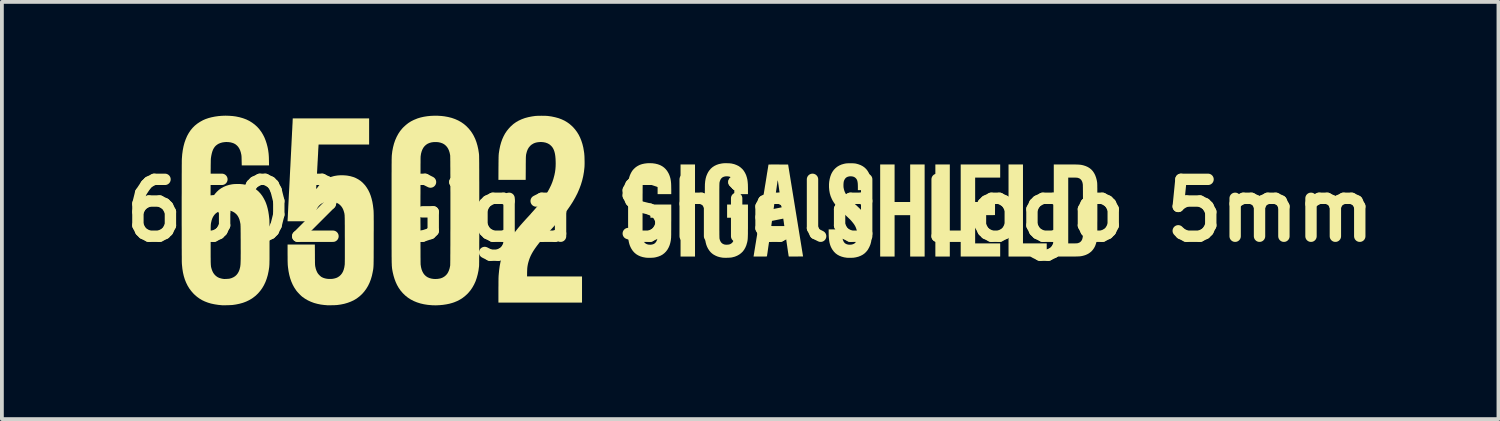
<source format=kicad_pcb>
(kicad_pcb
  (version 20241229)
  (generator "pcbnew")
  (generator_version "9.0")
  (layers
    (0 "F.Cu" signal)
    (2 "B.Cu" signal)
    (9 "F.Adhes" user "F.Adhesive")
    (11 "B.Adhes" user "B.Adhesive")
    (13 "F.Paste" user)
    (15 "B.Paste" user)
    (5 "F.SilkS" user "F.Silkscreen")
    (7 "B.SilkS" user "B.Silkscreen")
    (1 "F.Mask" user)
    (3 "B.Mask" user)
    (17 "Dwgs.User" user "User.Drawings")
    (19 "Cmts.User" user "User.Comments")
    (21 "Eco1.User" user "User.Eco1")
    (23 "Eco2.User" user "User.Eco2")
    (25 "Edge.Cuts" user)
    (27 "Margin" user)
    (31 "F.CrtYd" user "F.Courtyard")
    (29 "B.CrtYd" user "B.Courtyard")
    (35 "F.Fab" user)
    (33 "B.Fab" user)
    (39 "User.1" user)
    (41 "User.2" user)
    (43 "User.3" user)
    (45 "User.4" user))
  (footprint "6502 Giga Shield Logo 5mm"
    (layer "F.Cu")
    (at 16.729 2.5)
    (property "Reference" "6502 Giga Shield Logo 5mm" (at 0 0 0) (layer "F.SilkS") (effects (font (size 1.5 1.5) (thickness 0.3))))
    (attr board_only exclude_from_pos_files exclude_from_bom)
    (fp_poly (pts (xy -1.455 0) (xy -1.455 1.214) (xy -1.646 1.214) (xy -1.836 1.214) (xy -1.836 0) (xy -1.836 -1.214) (xy -1.646 -1.214) (xy -1.455 -1.214)) (stroke (width 0) (type solid)) (fill yes) (layer "F.SilkS"))
    (fp_poly (pts (xy 5.263 0) (xy 5.263 1.214) (xy 5.072 1.214) (xy 4.882 1.214) (xy 4.882 0) (xy 4.882 -1.214) (xy 5.072 -1.214) (xy 5.263 -1.214)) (stroke (width 0) (type solid)) (fill yes) (layer "F.SilkS"))
    (fp_poly (pts (xy 7.192 -0.173) (xy 7.192 0.867) (xy 7.505 0.867) (xy 7.818 0.867) (xy 7.818 1.041) (xy 7.818 1.214) (xy 7.315 1.214) (xy 6.811 1.214) (xy 6.811 0) (xy 6.811 -1.214) (xy 7.001 -1.214) (xy 7.192 -1.214)) (stroke (width 0) (type solid)) (fill yes) (layer "F.SilkS"))
    (fp_poly (pts (xy 3.807 -0.719) (xy 3.807 -0.224) (xy 4.013 -0.224) (xy 4.218 -0.224) (xy 4.218 -0.719) (xy 4.218 -1.214) (xy 4.408 -1.214) (xy 4.599 -1.214) (xy 4.599 0) (xy 4.599 1.214) (xy 4.408 1.214) (xy 4.218 1.214) (xy 4.218 0.668) (xy 4.218 0.123) (xy 4.013 0.123) (xy 3.807 0.123) (xy 3.807 0.668) (xy 3.807 1.214) (xy 3.617 1.214) (xy 3.427 1.214) (xy 3.427 0) (xy 3.427 -1.214) (xy 3.617 -1.214) (xy 3.807 -1.214)) (stroke (width 0) (type solid)) (fill yes) (layer "F.SilkS"))
    (fp_poly (pts (xy 6.591 -1.041) (xy 6.591 -0.867) (xy 6.261 -0.867) (xy 5.931 -0.867) (xy 5.931 -0.546) (xy 5.931 -0.224) (xy 6.194 -0.224) (xy 6.456 -0.224) (xy 6.455 -0.052) (xy 6.454 0.121) (xy 6.192 0.122) (xy 5.931 0.123) (xy 5.931 0.495) (xy 5.931 0.867) (xy 6.261 0.867) (xy 6.591 0.867) (xy 6.591 1.041) (xy 6.591 1.214) (xy 6.071 1.214) (xy 5.55 1.214) (xy 5.55 0) (xy 5.55 -1.214) (xy 6.071 -1.214) (xy 6.591 -1.214)) (stroke (width 0) (type solid)) (fill yes) (layer "F.SilkS"))
    (fp_poly (pts (xy 8.388 -1.214) (xy 8.446 -1.214) (xy 8.497 -1.214) (xy 8.541 -1.213) (xy 8.579 -1.213) (xy 8.612 -1.212) (xy 8.641 -1.211) (xy 8.665 -1.21) (xy 8.687 -1.208) (xy 8.706 -1.206) (xy 8.723 -1.204) (xy 8.739 -1.201) (xy 8.755 -1.198) (xy 8.77 -1.194) (xy 8.784 -1.191) (xy 8.846 -1.171) (xy 8.902 -1.146) (xy 8.952 -1.115) (xy 8.996 -1.078) (xy 9.035 -1.035) (xy 9.068 -0.985) (xy 9.096 -0.93) (xy 9.119 -0.868) (xy 9.137 -0.799) (xy 9.145 -0.753) (xy 9.146 -0.746) (xy 9.147 -0.739) (xy 9.148 -0.731) (xy 9.149 -0.722) (xy 9.149 -0.711) (xy 9.15 -0.698) (xy 9.15 -0.683) (xy 9.151 -0.664) (xy 9.151 -0.643) (xy 9.151 -0.617) (xy 9.152 -0.588) (xy 9.152 -0.554) (xy 9.152 -0.515) (xy 9.152 -0.471) (xy 9.152 -0.421) (xy 9.153 -0.365) (xy 9.153 -0.302) (xy 9.153 -0.232) (xy 9.153 -0.155) (xy 9.153 -0.071) (xy 9.153 -0.004) (xy 9.153 0.091) (xy 9.153 0.177) (xy 9.153 0.256) (xy 9.152 0.328) (xy 9.152 0.392) (xy 9.152 0.45) (xy 9.152 0.501) (xy 9.152 0.547) (xy 9.151 0.586) (xy 9.151 0.62) (xy 9.151 0.65) (xy 9.15 0.674) (xy 9.15 0.694) (xy 9.149 0.71) (xy 9.148 0.723) (xy 9.148 0.732) (xy 9.147 0.736) (xy 9.134 0.81) (xy 9.116 0.876) (xy 9.094 0.937) (xy 9.066 0.99) (xy 9.032 1.038) (xy 8.994 1.08) (xy 8.949 1.116) (xy 8.901 1.146) (xy 8.872 1.16) (xy 8.845 1.172) (xy 8.816 1.182) (xy 8.784 1.191) (xy 8.768 1.195) (xy 8.752 1.199) (xy 8.737 1.202) (xy 8.72 1.204) (xy 8.703 1.207) (xy 8.684 1.209) (xy 8.662 1.21) (xy 8.636 1.211) (xy 8.607 1.212) (xy 8.573 1.213) (xy 8.534 1.214) (xy 8.488 1.214) (xy 8.437 1.214) (xy 8.378 1.214) (xy 8.323 1.214) (xy 8.004 1.214) (xy 8.004 0) (xy 8.004 -0.867) (xy 8.385 -0.867) (xy 8.385 0) (xy 8.385 0.867) (xy 8.5 0.867) (xy 8.536 0.867) (xy 8.564 0.867) (xy 8.586 0.866) (xy 8.604 0.866) (xy 8.618 0.864) (xy 8.629 0.863) (xy 8.639 0.861) (xy 8.644 0.859) (xy 8.679 0.846) (xy 8.707 0.827) (xy 8.73 0.802) (xy 8.749 0.771) (xy 8.761 0.733) (xy 8.77 0.688) (xy 8.77 0.686) (xy 8.77 0.677) (xy 8.771 0.659) (xy 8.771 0.633) (xy 8.772 0.6) (xy 8.772 0.56) (xy 8.773 0.512) (xy 8.773 0.457) (xy 8.773 0.396) (xy 8.774 0.328) (xy 8.774 0.255) (xy 8.774 0.175) (xy 8.774 0.09) (xy 8.774 0) (xy 8.774 -0.09) (xy 8.774 -0.175) (xy 8.774 -0.255) (xy 8.774 -0.328) (xy 8.773 -0.396) (xy 8.773 -0.457) (xy 8.773 -0.512) (xy 8.772 -0.56) (xy 8.772 -0.6) (xy 8.771 -0.633) (xy 8.771 -0.659) (xy 8.77 -0.677) (xy 8.77 -0.686) (xy 8.762 -0.731) (xy 8.749 -0.769) (xy 8.731 -0.801) (xy 8.708 -0.826) (xy 8.68 -0.846) (xy 8.646 -0.859) (xy 8.644 -0.859) (xy 8.635 -0.862) (xy 8.624 -0.864) (xy 8.612 -0.865) (xy 8.597 -0.866) (xy 8.578 -0.867) (xy 8.553 -0.867) (xy 8.522 -0.867) (xy 8.5 -0.867) (xy 8.385 -0.867) (xy 8.004 -0.867) (xy 8.004 -1.214) (xy 8.323 -1.214)) (stroke (width 0) (type solid)) (fill yes) (layer "F.SilkS"))
    (fp_poly (pts (xy 0.703 -1.213) (xy 0.741 -1.213) (xy 1 -1.212) (xy 1.197 0) (xy 1.394 1.212) (xy 1.206 1.213) (xy 1.167 1.213) (xy 1.131 1.213) (xy 1.098 1.213) (xy 1.069 1.213) (xy 1.046 1.213) (xy 1.029 1.213) (xy 1.019 1.212) (xy 1.016 1.212) (xy 1.015 1.208) (xy 1.013 1.196) (xy 1.01 1.178) (xy 1.007 1.154) (xy 1.002 1.125) (xy 0.997 1.093) (xy 0.992 1.057) (xy 0.987 1.02) (xy 0.981 0.982) (xy 0.976 0.944) (xy 0.97 0.906) (xy 0.965 0.871) (xy 0.96 0.838) (xy 0.956 0.808) (xy 0.953 0.784) (xy 0.95 0.764) (xy 0.948 0.751) (xy 0.948 0.746) (xy 0.946 0.744) (xy 0.941 0.743) (xy 0.931 0.743) (xy 0.917 0.742) (xy 0.897 0.741) (xy 0.871 0.741) (xy 0.839 0.741) (xy 0.799 0.74) (xy 0.752 0.74) (xy 0.729 0.74) (xy 0.51 0.74) (xy 0.476 0.972) (xy 0.47 1.015) (xy 0.464 1.056) (xy 0.459 1.094) (xy 0.454 1.128) (xy 0.449 1.156) (xy 0.446 1.18) (xy 0.443 1.197) (xy 0.441 1.207) (xy 0.441 1.209) (xy 0.439 1.21) (xy 0.432 1.211) (xy 0.422 1.212) (xy 0.406 1.213) (xy 0.384 1.213) (xy 0.356 1.214) (xy 0.321 1.214) (xy 0.278 1.214) (xy 0.264 1.214) (xy 0.226 1.214) (xy 0.192 1.214) (xy 0.16 1.214) (xy 0.134 1.214) (xy 0.113 1.213) (xy 0.098 1.213) (xy 0.09 1.213) (xy 0.089 1.213) (xy 0.09 1.208) (xy 0.091 1.196) (xy 0.095 1.176) (xy 0.099 1.149) (xy 0.105 1.114) (xy 0.111 1.073) (xy 0.119 1.026) (xy 0.128 0.972) (xy 0.137 0.913) (xy 0.148 0.849) (xy 0.159 0.779) (xy 0.171 0.705) (xy 0.184 0.626) (xy 0.198 0.543) (xy 0.212 0.456) (xy 0.22 0.405) (xy 0.556 0.405) (xy 0.557 0.406) (xy 0.56 0.407) (xy 0.567 0.408) (xy 0.577 0.409) (xy 0.591 0.41) (xy 0.611 0.41) (xy 0.636 0.41) (xy 0.669 0.41) (xy 0.708 0.41) (xy 0.727 0.41) (xy 0.901 0.41) (xy 0.899 0.401) (xy 0.898 0.396) (xy 0.896 0.382) (xy 0.893 0.362) (xy 0.889 0.334) (xy 0.885 0.3) (xy 0.879 0.261) (xy 0.872 0.215) (xy 0.865 0.165) (xy 0.857 0.11) (xy 0.849 0.051) (xy 0.84 -0.012) (xy 0.831 -0.077) (xy 0.821 -0.145) (xy 0.814 -0.199) (xy 0.804 -0.268) (xy 0.795 -0.336) (xy 0.785 -0.4) (xy 0.777 -0.462) (xy 0.768 -0.519) (xy 0.761 -0.572) (xy 0.754 -0.621) (xy 0.748 -0.665) (xy 0.742 -0.702) (xy 0.738 -0.734) (xy 0.734 -0.759) (xy 0.731 -0.778) (xy 0.73 -0.788) (xy 0.729 -0.791) (xy 0.725 -0.79) (xy 0.724 -0.789) (xy 0.723 -0.784) (xy 0.721 -0.772) (xy 0.718 -0.752) (xy 0.714 -0.725) (xy 0.709 -0.691) (xy 0.703 -0.652) (xy 0.697 -0.607) (xy 0.69 -0.557) (xy 0.682 -0.503) (xy 0.674 -0.444) (xy 0.665 -0.382) (xy 0.656 -0.317) (xy 0.647 -0.249) (xy 0.639 -0.195) (xy 0.629 -0.125) (xy 0.62 -0.057) (xy 0.611 0.007) (xy 0.603 0.069) (xy 0.595 0.127) (xy 0.587 0.181) (xy 0.58 0.23) (xy 0.574 0.274) (xy 0.569 0.312) (xy 0.564 0.344) (xy 0.561 0.37) (xy 0.558 0.389) (xy 0.556 0.4) (xy 0.556 0.403) (xy 0.556 0.405) (xy 0.22 0.405) (xy 0.226 0.366) (xy 0.241 0.273) (xy 0.257 0.177) (xy 0.273 0.079) (xy 0.286 0.002) (xy 0.302 -0.098) (xy 0.318 -0.196) (xy 0.333 -0.291) (xy 0.348 -0.383) (xy 0.363 -0.473) (xy 0.377 -0.559) (xy 0.39 -0.641) (xy 0.403 -0.718) (xy 0.415 -0.792) (xy 0.426 -0.861) (xy 0.436 -0.924) (xy 0.445 -0.982) (xy 0.454 -1.034) (xy 0.461 -1.08) (xy 0.468 -1.12) (xy 0.473 -1.153) (xy 0.477 -1.179) (xy 0.48 -1.197) (xy 0.482 -1.208) (xy 0.482 -1.21) (xy 0.486 -1.211) (xy 0.498 -1.212) (xy 0.518 -1.212) (xy 0.544 -1.213) (xy 0.576 -1.213) (xy 0.613 -1.213) (xy 0.656 -1.213)) (stroke (width 0) (type solid)) (fill yes) (layer "F.SilkS"))
    (fp_poly (pts (xy 2.679 -1.246) (xy 2.717 -1.244) (xy 2.75 -1.242) (xy 2.778 -1.238) (xy 2.79 -1.236) (xy 2.856 -1.218) (xy 2.916 -1.195) (xy 2.97 -1.166) (xy 3.017 -1.132) (xy 3.06 -1.091) (xy 3.096 -1.044) (xy 3.127 -0.991) (xy 3.153 -0.931) (xy 3.173 -0.865) (xy 3.186 -0.804) (xy 3.189 -0.785) (xy 3.192 -0.765) (xy 3.194 -0.742) (xy 3.195 -0.715) (xy 3.196 -0.683) (xy 3.197 -0.646) (xy 3.199 -0.537) (xy 3.019 -0.537) (xy 2.839 -0.537) (xy 2.839 -0.625) (xy 2.838 -0.674) (xy 2.836 -0.715) (xy 2.831 -0.75) (xy 2.825 -0.78) (xy 2.816 -0.805) (xy 2.805 -0.826) (xy 2.79 -0.845) (xy 2.773 -0.862) (xy 2.746 -0.881) (xy 2.713 -0.894) (xy 2.675 -0.901) (xy 2.634 -0.902) (xy 2.616 -0.9) (xy 2.578 -0.892) (xy 2.545 -0.878) (xy 2.517 -0.857) (xy 2.495 -0.828) (xy 2.477 -0.794) (xy 2.468 -0.767) (xy 2.464 -0.745) (xy 2.461 -0.717) (xy 2.459 -0.685) (xy 2.459 -0.653) (xy 2.46 -0.622) (xy 2.463 -0.596) (xy 2.464 -0.594) (xy 2.472 -0.556) (xy 2.482 -0.521) (xy 2.496 -0.485) (xy 2.514 -0.45) (xy 2.535 -0.415) (xy 2.561 -0.378) (xy 2.592 -0.34) (xy 2.628 -0.299) (xy 2.67 -0.256) (xy 2.719 -0.209) (xy 2.773 -0.158) (xy 2.782 -0.151) (xy 2.845 -0.093) (xy 2.901 -0.038) (xy 2.951 0.013) (xy 2.995 0.061) (xy 3.033 0.108) (xy 3.067 0.153) (xy 3.096 0.198) (xy 3.12 0.242) (xy 3.141 0.287) (xy 3.159 0.332) (xy 3.174 0.38) (xy 3.181 0.406) (xy 3.193 0.465) (xy 3.201 0.528) (xy 3.205 0.594) (xy 3.206 0.66) (xy 3.203 0.713) (xy 3.197 0.767) (xy 3.19 0.815) (xy 3.18 0.858) (xy 3.168 0.899) (xy 3.152 0.938) (xy 3.133 0.979) (xy 3.132 0.981) (xy 3.1 1.037) (xy 3.062 1.085) (xy 3.019 1.128) (xy 2.97 1.164) (xy 2.915 1.193) (xy 2.855 1.217) (xy 2.789 1.234) (xy 2.729 1.244) (xy 2.713 1.245) (xy 2.691 1.246) (xy 2.665 1.247) (xy 2.637 1.247) (xy 2.609 1.247) (xy 2.583 1.247) (xy 2.561 1.246) (xy 2.546 1.245) (xy 2.545 1.245) (xy 2.474 1.234) (xy 2.409 1.216) (xy 2.351 1.193) (xy 2.298 1.164) (xy 2.251 1.129) (xy 2.209 1.087) (xy 2.172 1.039) (xy 2.14 0.985) (xy 2.139 0.982) (xy 2.119 0.939) (xy 2.103 0.891) (xy 2.09 0.84) (xy 2.081 0.783) (xy 2.074 0.721) (xy 2.07 0.652) (xy 2.069 0.579) (xy 2.069 0.499) (xy 2.248 0.499) (xy 2.427 0.499) (xy 2.43 0.614) (xy 2.431 0.655) (xy 2.432 0.688) (xy 2.433 0.714) (xy 2.435 0.734) (xy 2.437 0.749) (xy 2.438 0.756) (xy 2.452 0.797) (xy 2.47 0.831) (xy 2.492 0.858) (xy 2.52 0.878) (xy 2.553 0.892) (xy 2.592 0.9) (xy 2.627 0.902) (xy 2.671 0.899) (xy 2.709 0.889) (xy 2.742 0.874) (xy 2.769 0.852) (xy 2.791 0.823) (xy 2.807 0.788) (xy 2.816 0.756) (xy 2.82 0.734) (xy 2.822 0.705) (xy 2.824 0.672) (xy 2.824 0.639) (xy 2.822 0.605) (xy 2.82 0.576) (xy 2.816 0.551) (xy 2.816 0.55) (xy 2.803 0.5) (xy 2.787 0.454) (xy 2.767 0.41) (xy 2.741 0.367) (xy 2.708 0.323) (xy 2.693 0.305) (xy 2.677 0.285) (xy 2.66 0.266) (xy 2.644 0.248) (xy 2.625 0.229) (xy 2.604 0.209) (xy 2.58 0.186) (xy 2.552 0.159) (xy 2.518 0.128) (xy 2.515 0.125) (xy 2.456 0.071) (xy 2.404 0.021) (xy 2.358 -0.025) (xy 2.317 -0.069) (xy 2.281 -0.11) (xy 2.249 -0.149) (xy 2.221 -0.187) (xy 2.196 -0.224) (xy 2.174 -0.261) (xy 2.154 -0.299) (xy 2.151 -0.306) (xy 2.121 -0.377) (xy 2.099 -0.452) (xy 2.085 -0.531) (xy 2.078 -0.612) (xy 2.078 -0.695) (xy 2.083 -0.757) (xy 2.096 -0.832) (xy 2.114 -0.9) (xy 2.138 -0.963) (xy 2.168 -1.019) (xy 2.204 -1.07) (xy 2.246 -1.114) (xy 2.293 -1.153) (xy 2.347 -1.185) (xy 2.405 -1.211) (xy 2.47 -1.23) (xy 2.507 -1.238) (xy 2.533 -1.242) (xy 2.565 -1.244) (xy 2.602 -1.246) (xy 2.641 -1.246)) (stroke (width 0) (type solid)) (fill yes) (layer "F.SilkS"))
    (fp_poly (pts (xy -2.572 -1.245) (xy -2.501 -1.235) (xy -2.436 -1.219) (xy -2.376 -1.197) (xy -2.321 -1.168) (xy -2.272 -1.133) (xy -2.229 -1.092) (xy -2.19 -1.044) (xy -2.158 -0.99) (xy -2.152 -0.979) (xy -2.136 -0.945) (xy -2.123 -0.911) (xy -2.112 -0.876) (xy -2.102 -0.839) (xy -2.095 -0.799) (xy -2.089 -0.756) (xy -2.085 -0.708) (xy -2.083 -0.654) (xy -2.082 -0.593) (xy -2.081 -0.551) (xy -2.081 -0.432) (xy -2.261 -0.432) (xy -2.441 -0.432) (xy -2.441 -0.552) (xy -2.441 -0.602) (xy -2.442 -0.644) (xy -2.443 -0.679) (xy -2.446 -0.709) (xy -2.449 -0.734) (xy -2.452 -0.755) (xy -2.457 -0.774) (xy -2.46 -0.784) (xy -2.476 -0.82) (xy -2.497 -0.849) (xy -2.522 -0.871) (xy -2.553 -0.888) (xy -2.589 -0.898) (xy -2.631 -0.902) (xy -2.64 -0.902) (xy -2.683 -0.899) (xy -2.72 -0.89) (xy -2.752 -0.875) (xy -2.778 -0.854) (xy -2.8 -0.826) (xy -2.818 -0.791) (xy -2.829 -0.756) (xy -2.83 -0.752) (xy -2.831 -0.747) (xy -2.832 -0.741) (xy -2.832 -0.733) (xy -2.833 -0.723) (xy -2.834 -0.71) (xy -2.834 -0.695) (xy -2.835 -0.676) (xy -2.835 -0.653) (xy -2.835 -0.627) (xy -2.836 -0.596) (xy -2.836 -0.56) (xy -2.836 -0.519) (xy -2.836 -0.472) (xy -2.837 -0.419) (xy -2.837 -0.36) (xy -2.837 -0.294) (xy -2.837 -0.221) (xy -2.837 -0.14) (xy -2.838 -0.051) (xy -2.838 -0.025) (xy -2.838 0.075) (xy -2.838 0.166) (xy -2.838 0.25) (xy -2.838 0.326) (xy -2.838 0.394) (xy -2.838 0.456) (xy -2.838 0.51) (xy -2.838 0.557) (xy -2.837 0.598) (xy -2.837 0.633) (xy -2.837 0.661) (xy -2.836 0.684) (xy -2.835 0.701) (xy -2.835 0.713) (xy -2.834 0.718) (xy -2.827 0.76) (xy -2.817 0.794) (xy -2.802 0.824) (xy -2.783 0.849) (xy -2.771 0.86) (xy -2.743 0.88) (xy -2.709 0.893) (xy -2.671 0.901) (xy -2.628 0.902) (xy -2.609 0.901) (xy -2.57 0.893) (xy -2.536 0.88) (xy -2.508 0.859) (xy -2.484 0.832) (xy -2.465 0.798) (xy -2.451 0.758) (xy -2.451 0.757) (xy -2.449 0.751) (xy -2.448 0.743) (xy -2.447 0.733) (xy -2.446 0.722) (xy -2.445 0.706) (xy -2.445 0.687) (xy -2.444 0.664) (xy -2.444 0.635) (xy -2.443 0.6) (xy -2.443 0.559) (xy -2.442 0.511) (xy -2.442 0.46) (xy -2.44 0.19) (xy -2.536 0.19) (xy -2.631 0.19) (xy -2.631 0.017) (xy -2.631 -0.157) (xy -2.356 -0.157) (xy -2.081 -0.157) (xy -2.081 0.257) (xy -2.082 0.324) (xy -2.082 0.387) (xy -2.082 0.447) (xy -2.082 0.502) (xy -2.083 0.553) (xy -2.083 0.598) (xy -2.083 0.637) (xy -2.084 0.67) (xy -2.085 0.695) (xy -2.085 0.713) (xy -2.086 0.721) (xy -2.092 0.781) (xy -2.102 0.834) (xy -2.114 0.882) (xy -2.13 0.929) (xy -2.15 0.974) (xy -2.152 0.979) (xy -2.184 1.035) (xy -2.221 1.083) (xy -2.264 1.126) (xy -2.311 1.162) (xy -2.365 1.192) (xy -2.424 1.215) (xy -2.489 1.233) (xy -2.538 1.242) (xy -2.566 1.244) (xy -2.6 1.246) (xy -2.638 1.247) (xy -2.676 1.247) (xy -2.712 1.246) (xy -2.745 1.244) (xy -2.766 1.241) (xy -2.835 1.228) (xy -2.898 1.208) (xy -2.955 1.182) (xy -3.007 1.15) (xy -3.053 1.111) (xy -3.094 1.066) (xy -3.129 1.014) (xy -3.148 0.979) (xy -3.169 0.934) (xy -3.185 0.888) (xy -3.198 0.839) (xy -3.208 0.787) (xy -3.214 0.728) (xy -3.215 0.721) (xy -3.216 0.71) (xy -3.216 0.691) (xy -3.217 0.665) (xy -3.217 0.632) (xy -3.217 0.593) (xy -3.218 0.548) (xy -3.218 0.498) (xy -3.218 0.444) (xy -3.219 0.385) (xy -3.219 0.324) (xy -3.219 0.26) (xy -3.219 0.193) (xy -3.219 0.125) (xy -3.219 0.056) (xy -3.219 -0.014) (xy -3.219 -0.083) (xy -3.219 -0.152) (xy -3.219 -0.219) (xy -3.219 -0.285) (xy -3.219 -0.348) (xy -3.219 -0.409) (xy -3.218 -0.465) (xy -3.218 -0.518) (xy -3.218 -0.566) (xy -3.217 -0.609) (xy -3.217 -0.646) (xy -3.216 -0.676) (xy -3.216 -0.7) (xy -3.215 -0.716) (xy -3.215 -0.721) (xy -3.209 -0.781) (xy -3.199 -0.834) (xy -3.187 -0.882) (xy -3.171 -0.929) (xy -3.151 -0.974) (xy -3.148 -0.979) (xy -3.13 -1.014) (xy -3.111 -1.044) (xy -3.09 -1.071) (xy -3.065 -1.098) (xy -3.059 -1.104) (xy -3.014 -1.144) (xy -2.965 -1.176) (xy -2.911 -1.203) (xy -2.852 -1.223) (xy -2.787 -1.237) (xy -2.717 -1.246) (xy -2.649 -1.248)) (stroke (width 0) (type solid)) (fill yes) (layer "F.SilkS"))
    (fp_poly (pts (xy -0.588 -1.246) (xy -0.552 -1.245) (xy -0.52 -1.242) (xy -0.494 -1.239) (xy -0.489 -1.238) (xy -0.421 -1.222) (xy -0.36 -1.199) (xy -0.303 -1.171) (xy -0.253 -1.135) (xy -0.208 -1.094) (xy -0.169 -1.047) (xy -0.136 -0.993) (xy -0.108 -0.934) (xy -0.087 -0.868) (xy -0.083 -0.85) (xy -0.076 -0.821) (xy -0.071 -0.791) (xy -0.067 -0.759) (xy -0.064 -0.725) (xy -0.061 -0.687) (xy -0.06 -0.643) (xy -0.059 -0.593) (xy -0.059 -0.564) (xy -0.059 -0.432) (xy -0.239 -0.432) (xy -0.419 -0.432) (xy -0.419 -0.563) (xy -0.419 -0.615) (xy -0.42 -0.66) (xy -0.422 -0.698) (xy -0.425 -0.73) (xy -0.429 -0.757) (xy -0.435 -0.78) (xy -0.442 -0.8) (xy -0.451 -0.818) (xy -0.462 -0.834) (xy -0.475 -0.849) (xy -0.475 -0.849) (xy -0.498 -0.87) (xy -0.524 -0.885) (xy -0.555 -0.895) (xy -0.59 -0.901) (xy -0.619 -0.902) (xy -0.662 -0.899) (xy -0.699 -0.889) (xy -0.731 -0.874) (xy -0.757 -0.852) (xy -0.779 -0.823) (xy -0.795 -0.787) (xy -0.807 -0.749) (xy -0.808 -0.745) (xy -0.809 -0.739) (xy -0.809 -0.733) (xy -0.81 -0.726) (xy -0.811 -0.717) (xy -0.811 -0.705) (xy -0.812 -0.691) (xy -0.812 -0.674) (xy -0.813 -0.653) (xy -0.813 -0.629) (xy -0.813 -0.601) (xy -0.814 -0.568) (xy -0.814 -0.53) (xy -0.814 -0.487) (xy -0.814 -0.438) (xy -0.814 -0.383) (xy -0.814 -0.322) (xy -0.814 -0.254) (xy -0.814 -0.178) (xy -0.814 -0.095) (xy -0.814 -0.003) (xy -0.814 0) (xy -0.814 0.096) (xy -0.814 0.184) (xy -0.814 0.263) (xy -0.814 0.336) (xy -0.814 0.401) (xy -0.814 0.46) (xy -0.814 0.511) (xy -0.813 0.557) (xy -0.813 0.597) (xy -0.813 0.631) (xy -0.812 0.66) (xy -0.812 0.684) (xy -0.811 0.704) (xy -0.811 0.719) (xy -0.81 0.731) (xy -0.81 0.739) (xy -0.809 0.742) (xy -0.797 0.785) (xy -0.78 0.821) (xy -0.759 0.85) (xy -0.732 0.873) (xy -0.7 0.889) (xy -0.684 0.895) (xy -0.659 0.9) (xy -0.63 0.902) (xy -0.598 0.901) (xy -0.569 0.898) (xy -0.545 0.893) (xy -0.511 0.878) (xy -0.482 0.857) (xy -0.459 0.83) (xy -0.441 0.796) (xy -0.438 0.79) (xy -0.435 0.779) (xy -0.431 0.769) (xy -0.429 0.758) (xy -0.426 0.745) (xy -0.424 0.73) (xy -0.423 0.713) (xy -0.422 0.692) (xy -0.421 0.667) (xy -0.42 0.637) (xy -0.42 0.601) (xy -0.419 0.559) (xy -0.419 0.51) (xy -0.419 0.454) (xy -0.419 0.447) (xy -0.419 0.19) (xy -0.514 0.19) (xy -0.609 0.19) (xy -0.609 0.017) (xy -0.609 -0.157) (xy -0.334 -0.157) (xy -0.059 -0.157) (xy -0.059 0.27) (xy -0.059 0.344) (xy -0.059 0.411) (xy -0.059 0.47) (xy -0.06 0.523) (xy -0.06 0.569) (xy -0.06 0.61) (xy -0.061 0.645) (xy -0.062 0.676) (xy -0.063 0.703) (xy -0.064 0.727) (xy -0.065 0.747) (xy -0.067 0.765) (xy -0.069 0.782) (xy -0.071 0.797) (xy -0.074 0.812) (xy -0.077 0.826) (xy -0.08 0.841) (xy -0.083 0.85) (xy -0.102 0.917) (xy -0.128 0.978) (xy -0.16 1.034) (xy -0.197 1.083) (xy -0.241 1.125) (xy -0.29 1.162) (xy -0.344 1.192) (xy -0.405 1.217) (xy -0.471 1.234) (xy -0.489 1.238) (xy -0.511 1.241) (xy -0.54 1.243) (xy -0.573 1.245) (xy -0.609 1.246) (xy -0.645 1.247) (xy -0.679 1.246) (xy -0.709 1.245) (xy -0.734 1.243) (xy -0.738 1.242) (xy -0.799 1.231) (xy -0.853 1.216) (xy -0.903 1.196) (xy -0.95 1.171) (xy -0.974 1.157) (xy -1.011 1.129) (xy -1.044 1.098) (xy -1.075 1.061) (xy -1.077 1.058) (xy -1.109 1.01) (xy -1.136 0.958) (xy -1.158 0.901) (xy -1.174 0.84) (xy -1.186 0.773) (xy -1.193 0.7) (xy -1.194 0.686) (xy -1.194 0.664) (xy -1.195 0.635) (xy -1.195 0.6) (xy -1.195 0.558) (xy -1.196 0.511) (xy -1.196 0.459) (xy -1.196 0.402) (xy -1.197 0.342) (xy -1.197 0.279) (xy -1.197 0.213) (xy -1.197 0.146) (xy -1.197 0.077) (xy -1.197 0.008) (xy -1.197 -0.062) (xy -1.197 -0.131) (xy -1.197 -0.198) (xy -1.197 -0.265) (xy -1.197 -0.328) (xy -1.196 -0.389) (xy -1.196 -0.447) (xy -1.196 -0.5) (xy -1.195 -0.548) (xy -1.195 -0.592) (xy -1.195 -0.629) (xy -1.194 -0.66) (xy -1.194 -0.683) (xy -1.193 -0.699) (xy -1.193 -0.702) (xy -1.186 -0.776) (xy -1.174 -0.843) (xy -1.157 -0.905) (xy -1.134 -0.962) (xy -1.107 -1.014) (xy -1.077 -1.058) (xy -1.038 -1.104) (xy -0.993 -1.143) (xy -0.943 -1.176) (xy -0.887 -1.203) (xy -0.826 -1.224) (xy -0.759 -1.238) (xy -0.72 -1.244) (xy -0.693 -1.246) (xy -0.661 -1.247) (xy -0.625 -1.247)) (stroke (width 0) (type solid)) (fill yes) (layer "F.SilkS"))
    (fp_poly (pts (xy -5.46 -2.497) (xy -5.422 -2.497) (xy -5.388 -2.496) (xy -5.359 -2.494) (xy -5.339 -2.493) (xy -5.238 -2.479) (xy -5.144 -2.459) (xy -5.055 -2.435) (xy -4.972 -2.404) (xy -4.895 -2.368) (xy -4.823 -2.325) (xy -4.757 -2.277) (xy -4.695 -2.222) (xy -4.675 -2.203) (xy -4.619 -2.14) (xy -4.569 -2.073) (xy -4.524 -2.001) (xy -4.485 -1.923) (xy -4.452 -1.841) (xy -4.423 -1.752) (xy -4.4 -1.658) (xy -4.383 -1.556) (xy -4.376 -1.51) (xy -4.374 -1.483) (xy -4.371 -1.45) (xy -4.369 -1.411) (xy -4.368 -1.368) (xy -4.367 -1.324) (xy -4.366 -1.28) (xy -4.366 -1.237) (xy -4.367 -1.198) (xy -4.368 -1.164) (xy -4.37 -1.136) (xy -4.383 -1.019) (xy -4.403 -0.904) (xy -4.43 -0.791) (xy -4.464 -0.679) (xy -4.506 -0.567) (xy -4.554 -0.456) (xy -4.611 -0.345) (xy -4.675 -0.233) (xy -4.747 -0.121) (xy -4.817 -0.02) (xy -4.859 0.037) (xy -4.902 0.093) (xy -4.945 0.148) (xy -4.99 0.204) (xy -5.038 0.261) (xy -5.089 0.321) (xy -5.144 0.383) (xy -5.203 0.449) (xy -5.268 0.52) (xy -5.288 0.542) (xy -5.33 0.587) (xy -5.367 0.627) (xy -5.399 0.662) (xy -5.428 0.694) (xy -5.453 0.723) (xy -5.476 0.749) (xy -5.498 0.774) (xy -5.519 0.799) (xy -5.539 0.824) (xy -5.56 0.85) (xy -5.577 0.871) (xy -5.631 0.942) (xy -5.679 1.009) (xy -5.721 1.073) (xy -5.757 1.135) (xy -5.788 1.196) (xy -5.814 1.257) (xy -5.835 1.318) (xy -5.853 1.38) (xy -5.857 1.397) (xy -5.866 1.439) (xy -5.873 1.482) (xy -5.878 1.526) (xy -5.88 1.574) (xy -5.882 1.628) (xy -5.882 1.641) (xy -5.883 1.737) (xy -5.158 1.738) (xy -4.434 1.739) (xy -4.434 2.084) (xy -4.434 2.428) (xy -5.536 2.428) (xy -6.638 2.428) (xy -6.638 2.106) (xy -6.638 2.037) (xy -6.637 1.977) (xy -6.637 1.924) (xy -6.637 1.877) (xy -6.636 1.836) (xy -6.636 1.801) (xy -6.635 1.77) (xy -6.634 1.743) (xy -6.633 1.72) (xy -6.631 1.7) (xy -6.631 1.699) (xy -6.62 1.58) (xy -6.605 1.468) (xy -6.585 1.361) (xy -6.56 1.258) (xy -6.529 1.159) (xy -6.493 1.062) (xy -6.451 0.967) (xy -6.402 0.873) (xy -6.347 0.779) (xy -6.285 0.683) (xy -6.215 0.586) (xy -6.201 0.567) (xy -6.174 0.532) (xy -6.147 0.498) (xy -6.121 0.465) (xy -6.093 0.432) (xy -6.065 0.398) (xy -6.033 0.362) (xy -5.999 0.323) (xy -5.96 0.28) (xy -5.918 0.233) (xy -5.88 0.192) (xy -5.828 0.136) (xy -5.781 0.084) (xy -5.739 0.036) (xy -5.7 -0.008) (xy -5.664 -0.049) (xy -5.631 -0.089) (xy -5.599 -0.128) (xy -5.567 -0.168) (xy -5.536 -0.208) (xy -5.511 -0.24) (xy -5.445 -0.331) (xy -5.386 -0.418) (xy -5.334 -0.503) (xy -5.289 -0.587) (xy -5.249 -0.669) (xy -5.216 -0.75) (xy -5.189 -0.832) (xy -5.181 -0.861) (xy -5.161 -0.937) (xy -5.146 -1.011) (xy -5.136 -1.084) (xy -5.13 -1.159) (xy -5.128 -1.237) (xy -5.129 -1.292) (xy -5.132 -1.366) (xy -5.138 -1.433) (xy -5.147 -1.493) (xy -5.16 -1.547) (xy -5.176 -1.594) (xy -5.196 -1.636) (xy -5.219 -1.672) (xy -5.247 -1.704) (xy -5.279 -1.732) (xy -5.3 -1.748) (xy -5.345 -1.772) (xy -5.395 -1.79) (xy -5.45 -1.801) (xy -5.509 -1.806) (xy -5.548 -1.805) (xy -5.594 -1.801) (xy -5.634 -1.794) (xy -5.671 -1.784) (xy -5.707 -1.77) (xy -5.719 -1.763) (xy -5.763 -1.737) (xy -5.801 -1.704) (xy -5.834 -1.665) (xy -5.862 -1.619) (xy -5.884 -1.567) (xy -5.895 -1.528) (xy -5.899 -1.514) (xy -5.902 -1.501) (xy -5.905 -1.488) (xy -5.908 -1.475) (xy -5.91 -1.461) (xy -5.911 -1.445) (xy -5.913 -1.427) (xy -5.914 -1.406) (xy -5.915 -1.381) (xy -5.915 -1.352) (xy -5.916 -1.318) (xy -5.916 -1.278) (xy -5.917 -1.232) (xy -5.917 -1.179) (xy -5.917 -1.118) (xy -5.919 -0.808) (xy -6.279 -0.808) (xy -6.638 -0.808) (xy -6.637 -1.126) (xy -6.636 -1.188) (xy -6.636 -1.242) (xy -6.635 -1.289) (xy -6.635 -1.33) (xy -6.634 -1.365) (xy -6.634 -1.394) (xy -6.633 -1.42) (xy -6.632 -1.441) (xy -6.632 -1.459) (xy -6.63 -1.475) (xy -6.629 -1.489) (xy -6.628 -1.501) (xy -6.628 -1.504) (xy -6.612 -1.607) (xy -6.592 -1.704) (xy -6.567 -1.794) (xy -6.537 -1.879) (xy -6.502 -1.957) (xy -6.462 -2.031) (xy -6.416 -2.099) (xy -6.364 -2.163) (xy -6.307 -2.224) (xy -6.305 -2.225) (xy -6.243 -2.28) (xy -6.176 -2.328) (xy -6.103 -2.37) (xy -6.025 -2.406) (xy -5.941 -2.437) (xy -5.851 -2.461) (xy -5.755 -2.48) (xy -5.665 -2.493) (xy -5.642 -2.494) (xy -5.612 -2.496) (xy -5.577 -2.497) (xy -5.539 -2.497) (xy -5.499 -2.498)) (stroke (width 0) (type solid)) (fill yes) (layer "F.SilkS"))
    (fp_poly (pts (xy -8.234 -2.498) (xy -8.139 -2.492) (xy -8.061 -2.483) (xy -7.962 -2.465) (xy -7.868 -2.441) (xy -7.78 -2.41) (xy -7.697 -2.373) (xy -7.619 -2.329) (xy -7.547 -2.279) (xy -7.481 -2.222) (xy -7.42 -2.159) (xy -7.364 -2.09) (xy -7.314 -2.014) (xy -7.288 -1.967) (xy -7.25 -1.888) (xy -7.218 -1.803) (xy -7.191 -1.711) (xy -7.169 -1.613) (xy -7.153 -1.51) (xy -7.149 -1.472) (xy -7.148 -1.463) (xy -7.148 -1.445) (xy -7.147 -1.42) (xy -7.147 -1.387) (xy -7.146 -1.348) (xy -7.146 -1.302) (xy -7.145 -1.25) (xy -7.145 -1.192) (xy -7.145 -1.128) (xy -7.144 -1.06) (xy -7.144 -0.987) (xy -7.144 -0.91) (xy -7.144 -0.829) (xy -7.143 -0.745) (xy -7.143 -0.657) (xy -7.143 -0.567) (xy -7.143 -0.475) (xy -7.143 -0.381) (xy -7.143 -0.285) (xy -7.143 -0.188) (xy -7.143 -0.09) (xy -7.143 0.008) (xy -7.143 0.106) (xy -7.143 0.203) (xy -7.143 0.3) (xy -7.143 0.396) (xy -7.143 0.49) (xy -7.143 0.582) (xy -7.143 0.671) (xy -7.143 0.758) (xy -7.144 0.842) (xy -7.144 0.923) (xy -7.144 0.999) (xy -7.145 1.071) (xy -7.145 1.139) (xy -7.145 1.201) (xy -7.146 1.258) (xy -7.146 1.309) (xy -7.146 1.354) (xy -7.147 1.393) (xy -7.147 1.424) (xy -7.148 1.448) (xy -7.148 1.465) (xy -7.149 1.472) (xy -7.163 1.58) (xy -7.184 1.682) (xy -7.21 1.777) (xy -7.241 1.867) (xy -7.279 1.95) (xy -7.323 2.028) (xy -7.372 2.101) (xy -7.428 2.168) (xy -7.454 2.196) (xy -7.516 2.253) (xy -7.581 2.304) (xy -7.65 2.348) (xy -7.725 2.387) (xy -7.805 2.42) (xy -7.853 2.436) (xy -7.931 2.458) (xy -8.016 2.475) (xy -8.104 2.488) (xy -8.196 2.496) (xy -8.289 2.5) (xy -8.382 2.498) (xy -8.393 2.497) (xy -8.5 2.488) (xy -8.601 2.472) (xy -8.696 2.45) (xy -8.787 2.421) (xy -8.872 2.386) (xy -8.951 2.345) (xy -9.025 2.297) (xy -9.094 2.242) (xy -9.157 2.181) (xy -9.215 2.114) (xy -9.267 2.04) (xy -9.271 2.033) (xy -9.311 1.963) (xy -9.346 1.887) (xy -9.377 1.805) (xy -9.403 1.719) (xy -9.424 1.63) (xy -9.432 1.589) (xy -9.434 1.577) (xy -9.436 1.565) (xy -9.438 1.554) (xy -9.44 1.544) (xy -9.441 1.533) (xy -9.443 1.521) (xy -9.444 1.509) (xy -9.445 1.496) (xy -9.446 1.482) (xy -9.448 1.467) (xy -9.449 1.449) (xy -9.449 1.43) (xy -9.45 1.408) (xy -9.451 1.383) (xy -9.452 1.356) (xy -9.452 1.325) (xy -9.453 1.291) (xy -9.453 1.253) (xy -9.454 1.211) (xy -9.454 1.164) (xy -9.454 1.113) (xy -9.454 1.057) (xy -9.455 0.995) (xy -9.455 0.929) (xy -9.455 0.856) (xy -9.455 0.777) (xy -9.455 0.692) (xy -9.455 0.6) (xy -9.455 0.501) (xy -9.455 0.395) (xy -9.455 0.281) (xy -9.455 0.16) (xy -9.455 0.03) (xy -9.455 0.016) (xy -8.694 0.016) (xy -8.694 0.112) (xy -8.694 0.207) (xy -8.694 0.302) (xy -8.693 0.395) (xy -8.693 0.487) (xy -8.693 0.577) (xy -8.693 0.664) (xy -8.693 0.749) (xy -8.693 0.83) (xy -8.693 0.908) (xy -8.693 0.982) (xy -8.692 1.052) (xy -8.692 1.117) (xy -8.692 1.177) (xy -8.692 1.231) (xy -8.691 1.28) (xy -8.691 1.322) (xy -8.691 1.357) (xy -8.69 1.386) (xy -8.69 1.407) (xy -8.69 1.42) (xy -8.689 1.425) (xy -8.679 1.492) (xy -8.664 1.553) (xy -8.643 1.607) (xy -8.617 1.655) (xy -8.586 1.696) (xy -8.549 1.731) (xy -8.507 1.759) (xy -8.46 1.78) (xy -8.407 1.795) (xy -8.349 1.804) (xy -8.302 1.806) (xy -8.278 1.805) (xy -8.251 1.804) (xy -8.226 1.801) (xy -8.22 1.8) (xy -8.185 1.794) (xy -8.156 1.787) (xy -8.129 1.777) (xy -8.104 1.766) (xy -8.061 1.74) (xy -8.024 1.709) (xy -7.991 1.672) (xy -7.964 1.628) (xy -7.942 1.578) (xy -7.924 1.522) (xy -7.911 1.458) (xy -7.91 1.455) (xy -7.91 1.447) (xy -7.909 1.432) (xy -7.909 1.408) (xy -7.908 1.377) (xy -7.908 1.339) (xy -7.907 1.295) (xy -7.907 1.245) (xy -7.907 1.188) (xy -7.906 1.127) (xy -7.906 1.06) (xy -7.906 0.989) (xy -7.905 0.913) (xy -7.905 0.834) (xy -7.905 0.751) (xy -7.905 0.665) (xy -7.905 0.576) (xy -7.904 0.485) (xy -7.904 0.392) (xy -7.904 0.297) (xy -7.904 0.202) (xy -7.904 0.105) (xy -7.904 0.008) (xy -7.904 -0.089) (xy -7.904 -0.186) (xy -7.904 -0.281) (xy -7.904 -0.376) (xy -7.904 -0.47) (xy -7.905 -0.561) (xy -7.905 -0.65) (xy -7.905 -0.737) (xy -7.905 -0.82) (xy -7.905 -0.9) (xy -7.906 -0.976) (xy -7.906 -1.048) (xy -7.906 -1.116) (xy -7.907 -1.178) (xy -7.907 -1.236) (xy -7.907 -1.287) (xy -7.908 -1.332) (xy -7.908 -1.371) (xy -7.909 -1.403) (xy -7.909 -1.428) (xy -7.91 -1.445) (xy -7.91 -1.454) (xy -7.91 -1.455) (xy -7.923 -1.52) (xy -7.941 -1.578) (xy -7.964 -1.629) (xy -7.992 -1.673) (xy -8.025 -1.71) (xy -8.063 -1.742) (xy -8.106 -1.767) (xy -8.156 -1.786) (xy -8.21 -1.799) (xy -8.235 -1.802) (xy -8.273 -1.805) (xy -8.315 -1.805) (xy -8.357 -1.803) (xy -8.395 -1.797) (xy -8.404 -1.796) (xy -8.457 -1.781) (xy -8.505 -1.76) (xy -8.547 -1.732) (xy -8.584 -1.698) (xy -8.616 -1.657) (xy -8.642 -1.61) (xy -8.663 -1.556) (xy -8.679 -1.496) (xy -8.689 -1.429) (xy -8.689 -1.425) (xy -8.69 -1.417) (xy -8.69 -1.401) (xy -8.691 -1.377) (xy -8.691 -1.346) (xy -8.691 -1.309) (xy -8.691 -1.264) (xy -8.692 -1.214) (xy -8.692 -1.158) (xy -8.692 -1.096) (xy -8.692 -1.03) (xy -8.693 -0.958) (xy -8.693 -0.883) (xy -8.693 -0.804) (xy -8.693 -0.721) (xy -8.693 -0.636) (xy -8.693 -0.548) (xy -8.693 -0.457) (xy -8.694 -0.365) (xy -8.694 -0.271) (xy -8.694 -0.176) (xy -8.694 -0.08) (xy -8.694 0.016) (xy -9.455 0.016) (xy -9.455 0) (xy -9.455 -0.13) (xy -9.455 -0.252) (xy -9.455 -0.367) (xy -9.455 -0.473) (xy -9.455 -0.572) (xy -9.455 -0.664) (xy -9.455 -0.75) (xy -9.455 -0.829) (xy -9.455 -0.901) (xy -9.455 -0.968) (xy -9.454 -1.029) (xy -9.454 -1.084) (xy -9.454 -1.135) (xy -9.454 -1.18) (xy -9.454 -1.221) (xy -9.453 -1.258) (xy -9.453 -1.29) (xy -9.453 -1.319) (xy -9.453 -1.344) (xy -9.452 -1.367) (xy -9.452 -1.386) (xy -9.451 -1.402) (xy -9.451 -1.417) (xy -9.45 -1.429) (xy -9.45 -1.439) (xy -9.449 -1.448) (xy -9.449 -1.455) (xy -9.436 -1.564) (xy -9.416 -1.667) (xy -9.391 -1.764) (xy -9.359 -1.856) (xy -9.321 -1.942) (xy -9.277 -2.023) (xy -9.227 -2.098) (xy -9.17 -2.167) (xy -9.14 -2.198) (xy -9.078 -2.255) (xy -9.013 -2.306) (xy -8.944 -2.35) (xy -8.869 -2.388) (xy -8.788 -2.421) (xy -8.765 -2.43) (xy -8.687 -2.453) (xy -8.603 -2.472) (xy -8.514 -2.486) (xy -8.422 -2.495) (xy -8.328 -2.499)) (stroke (width 0) (type solid)) (fill yes) (layer "F.SilkS"))
    (fp_poly (pts (xy -10.047 -2.084) (xy -10.047 -1.739) (xy -10.713 -1.739) (xy -11.379 -1.739) (xy -11.382 -1.704) (xy -11.383 -1.695) (xy -11.383 -1.679) (xy -11.385 -1.655) (xy -11.387 -1.624) (xy -11.389 -1.587) (xy -11.391 -1.545) (xy -11.393 -1.497) (xy -11.396 -1.445) (xy -11.399 -1.389) (xy -11.402 -1.329) (xy -11.406 -1.267) (xy -11.409 -1.202) (xy -11.412 -1.155) (xy -11.415 -1.089) (xy -11.419 -1.025) (xy -11.422 -0.964) (xy -11.425 -0.905) (xy -11.428 -0.85) (xy -11.431 -0.8) (xy -11.433 -0.754) (xy -11.436 -0.713) (xy -11.437 -0.678) (xy -11.439 -0.649) (xy -11.44 -0.628) (xy -11.441 -0.613) (xy -11.442 -0.608) (xy -11.443 -0.592) (xy -11.443 -0.582) (xy -11.441 -0.577) (xy -11.438 -0.575) (xy -11.435 -0.575) (xy -11.427 -0.579) (xy -11.421 -0.588) (xy -11.411 -0.603) (xy -11.397 -0.623) (xy -11.38 -0.645) (xy -11.361 -0.669) (xy -11.341 -0.693) (xy -11.322 -0.714) (xy -11.308 -0.728) (xy -11.251 -0.778) (xy -11.19 -0.82) (xy -11.123 -0.856) (xy -11.053 -0.885) (xy -10.978 -0.907) (xy -10.948 -0.913) (xy -10.879 -0.924) (xy -10.806 -0.929) (xy -10.732 -0.929) (xy -10.659 -0.924) (xy -10.623 -0.92) (xy -10.542 -0.905) (xy -10.466 -0.883) (xy -10.396 -0.855) (xy -10.331 -0.82) (xy -10.27 -0.779) (xy -10.215 -0.731) (xy -10.164 -0.676) (xy -10.153 -0.664) (xy -10.11 -0.604) (xy -10.071 -0.54) (xy -10.037 -0.471) (xy -10.008 -0.397) (xy -9.983 -0.316) (xy -9.962 -0.23) (xy -9.946 -0.137) (xy -9.934 -0.036) (xy -9.931 -0.008) (xy -9.93 0.003) (xy -9.929 0.015) (xy -9.929 0.028) (xy -9.928 0.044) (xy -9.928 0.061) (xy -9.927 0.081) (xy -9.927 0.104) (xy -9.926 0.13) (xy -9.926 0.16) (xy -9.926 0.195) (xy -9.926 0.234) (xy -9.925 0.278) (xy -9.925 0.328) (xy -9.925 0.384) (xy -9.925 0.446) (xy -9.925 0.515) (xy -9.926 0.592) (xy -9.926 0.675) (xy -9.926 0.759) (xy -9.926 0.851) (xy -9.926 0.935) (xy -9.926 1.011) (xy -9.927 1.079) (xy -9.927 1.142) (xy -9.927 1.197) (xy -9.927 1.248) (xy -9.928 1.292) (xy -9.928 1.332) (xy -9.929 1.367) (xy -9.929 1.398) (xy -9.93 1.426) (xy -9.931 1.45) (xy -9.932 1.471) (xy -9.933 1.491) (xy -9.935 1.508) (xy -9.936 1.524) (xy -9.938 1.539) (xy -9.94 1.553) (xy -9.942 1.567) (xy -9.945 1.582) (xy -9.948 1.597) (xy -9.951 1.613) (xy -9.953 1.625) (xy -9.974 1.723) (xy -10.002 1.817) (xy -10.036 1.905) (xy -10.076 1.988) (xy -10.123 2.065) (xy -10.175 2.136) (xy -10.232 2.201) (xy -10.296 2.26) (xy -10.365 2.313) (xy -10.382 2.325) (xy -10.453 2.367) (xy -10.531 2.403) (xy -10.614 2.434) (xy -10.703 2.46) (xy -10.797 2.479) (xy -10.891 2.492) (xy -10.908 2.493) (xy -10.931 2.494) (xy -10.958 2.496) (xy -10.989 2.497) (xy -11.021 2.497) (xy -11.053 2.498) (xy -11.083 2.499) (xy -11.11 2.499) (xy -11.132 2.499) (xy -11.148 2.498) (xy -11.152 2.498) (xy -11.163 2.497) (xy -11.181 2.495) (xy -11.202 2.493) (xy -11.224 2.492) (xy -11.319 2.48) (xy -11.412 2.461) (xy -11.5 2.437) (xy -11.585 2.405) (xy -11.664 2.368) (xy -11.738 2.325) (xy -11.806 2.277) (xy -11.814 2.271) (xy -11.839 2.249) (xy -11.868 2.221) (xy -11.897 2.191) (xy -11.926 2.16) (xy -11.952 2.13) (xy -11.973 2.103) (xy -11.975 2.099) (xy -12.023 2.027) (xy -12.064 1.951) (xy -12.099 1.871) (xy -12.129 1.785) (xy -12.153 1.695) (xy -12.172 1.598) (xy -12.186 1.496) (xy -12.19 1.456) (xy -12.192 1.436) (xy -12.193 1.412) (xy -12.194 1.384) (xy -12.195 1.352) (xy -12.196 1.314) (xy -12.196 1.27) (xy -12.196 1.219) (xy -12.197 1.16) (xy -12.197 1.141) (xy -12.197 0.897) (xy -11.837 0.897) (xy -11.478 0.897) (xy -11.476 1.167) (xy -11.476 1.221) (xy -11.476 1.268) (xy -11.475 1.308) (xy -11.475 1.342) (xy -11.475 1.37) (xy -11.474 1.394) (xy -11.473 1.413) (xy -11.473 1.429) (xy -11.472 1.442) (xy -11.47 1.453) (xy -11.469 1.463) (xy -11.468 1.473) (xy -11.466 1.483) (xy -11.465 1.484) (xy -11.455 1.53) (xy -11.441 1.574) (xy -11.424 1.613) (xy -11.409 1.643) (xy -11.394 1.665) (xy -11.375 1.688) (xy -11.352 1.712) (xy -11.329 1.733) (xy -11.307 1.75) (xy -11.299 1.755) (xy -11.257 1.775) (xy -11.21 1.79) (xy -11.159 1.8) (xy -11.106 1.805) (xy -11.052 1.805) (xy -11 1.8) (xy -10.949 1.789) (xy -10.903 1.774) (xy -10.871 1.758) (xy -10.829 1.73) (xy -10.793 1.696) (xy -10.762 1.656) (xy -10.736 1.61) (xy -10.716 1.557) (xy -10.701 1.498) (xy -10.691 1.432) (xy -10.69 1.428) (xy -10.69 1.417) (xy -10.689 1.401) (xy -10.689 1.379) (xy -10.688 1.35) (xy -10.688 1.314) (xy -10.687 1.272) (xy -10.687 1.223) (xy -10.687 1.167) (xy -10.687 1.103) (xy -10.687 1.032) (xy -10.687 0.952) (xy -10.687 0.865) (xy -10.687 0.77) (xy -10.687 0.755) (xy -10.688 0.669) (xy -10.688 0.592) (xy -10.688 0.522) (xy -10.688 0.459) (xy -10.688 0.402) (xy -10.689 0.352) (xy -10.689 0.308) (xy -10.689 0.269) (xy -10.69 0.235) (xy -10.69 0.206) (xy -10.691 0.181) (xy -10.692 0.159) (xy -10.692 0.14) (xy -10.693 0.124) (xy -10.695 0.111) (xy -10.696 0.099) (xy -10.697 0.089) (xy -10.699 0.079) (xy -10.701 0.07) (xy -10.703 0.062) (xy -10.706 0.052) (xy -10.708 0.042) (xy -10.709 0.039) (xy -10.727 -0.017) (xy -10.751 -0.067) (xy -10.781 -0.11) (xy -10.816 -0.148) (xy -10.857 -0.179) (xy -10.903 -0.203) (xy -10.955 -0.222) (xy -10.978 -0.227) (xy -11.007 -0.232) (xy -11.042 -0.234) (xy -11.08 -0.235) (xy -11.118 -0.234) (xy -11.155 -0.231) (xy -11.186 -0.227) (xy -11.194 -0.225) (xy -11.246 -0.209) (xy -11.293 -0.187) (xy -11.334 -0.159) (xy -11.371 -0.124) (xy -11.401 -0.083) (xy -11.427 -0.036) (xy -11.447 0.018) (xy -11.462 0.079) (xy -11.472 0.146) (xy -11.476 0.21) (xy -11.479 0.283) (xy -11.838 0.283) (xy -12.197 0.283) (xy -12.197 0.269) (xy -12.196 0.263) (xy -12.196 0.25) (xy -12.195 0.229) (xy -12.193 0.2) (xy -12.191 0.164) (xy -12.189 0.121) (xy -12.187 0.072) (xy -12.184 0.017) (xy -12.181 -0.045) (xy -12.178 -0.112) (xy -12.174 -0.184) (xy -12.17 -0.26) (xy -12.166 -0.342) (xy -12.162 -0.428) (xy -12.157 -0.517) (xy -12.152 -0.61) (xy -12.147 -0.707) (xy -12.142 -0.806) (xy -12.137 -0.908) (xy -12.132 -1.013) (xy -12.129 -1.07) (xy -12.123 -1.175) (xy -12.118 -1.279) (xy -12.113 -1.38) (xy -12.108 -1.478) (xy -12.103 -1.573) (xy -12.099 -1.664) (xy -12.094 -1.752) (xy -12.09 -1.836) (xy -12.086 -1.916) (xy -12.082 -1.991) (xy -12.079 -2.061) (xy -12.075 -2.125) (xy -12.072 -2.184) (xy -12.07 -2.237) (xy -12.067 -2.283) (xy -12.065 -2.323) (xy -12.064 -2.356) (xy -12.063 -2.381) (xy -12.062 -2.399) (xy -12.061 -2.409) (xy -12.061 -2.411) (xy -12.061 -2.428) (xy -11.054 -2.428) (xy -10.047 -2.428)) (stroke (width 0) (type solid)) (fill yes) (layer "F.SilkS"))
    (fp_poly (pts (xy -13.735 -2.497) (xy -13.64 -2.49) (xy -13.559 -2.479) (xy -13.463 -2.459) (xy -13.372 -2.433) (xy -13.286 -2.401) (xy -13.206 -2.362) (xy -13.132 -2.316) (xy -13.062 -2.264) (xy -12.998 -2.206) (xy -12.94 -2.141) (xy -12.887 -2.069) (xy -12.881 -2.06) (xy -12.842 -1.994) (xy -12.806 -1.922) (xy -12.775 -1.844) (xy -12.748 -1.762) (xy -12.726 -1.678) (xy -12.715 -1.625) (xy -12.708 -1.584) (xy -12.703 -1.547) (xy -12.698 -1.512) (xy -12.695 -1.476) (xy -12.692 -1.437) (xy -12.69 -1.395) (xy -12.689 -1.347) (xy -12.688 -1.321) (xy -12.686 -1.189) (xy -13.046 -1.189) (xy -13.405 -1.189) (xy -13.408 -1.313) (xy -13.409 -1.356) (xy -13.41 -1.392) (xy -13.411 -1.422) (xy -13.413 -1.445) (xy -13.415 -1.464) (xy -13.417 -1.473) (xy -13.431 -1.535) (xy -13.449 -1.589) (xy -13.472 -1.636) (xy -13.499 -1.678) (xy -13.531 -1.713) (xy -13.569 -1.744) (xy -13.576 -1.749) (xy -13.615 -1.77) (xy -13.66 -1.786) (xy -13.709 -1.798) (xy -13.761 -1.804) (xy -13.814 -1.806) (xy -13.868 -1.802) (xy -13.919 -1.794) (xy -13.968 -1.78) (xy -14.013 -1.761) (xy -14.016 -1.76) (xy -14.053 -1.737) (xy -14.087 -1.711) (xy -14.116 -1.68) (xy -14.141 -1.644) (xy -14.163 -1.603) (xy -14.181 -1.556) (xy -14.196 -1.502) (xy -14.209 -1.441) (xy -14.219 -1.373) (xy -14.219 -1.369) (xy -14.22 -1.358) (xy -14.221 -1.338) (xy -14.222 -1.311) (xy -14.222 -1.275) (xy -14.223 -1.231) (xy -14.224 -1.18) (xy -14.224 -1.12) (xy -14.225 -1.053) (xy -14.225 -0.979) (xy -14.226 -0.897) (xy -14.226 -0.807) (xy -14.226 -0.805) (xy -14.228 -0.279) (xy -14.219 -0.279) (xy -14.212 -0.282) (xy -14.204 -0.293) (xy -14.2 -0.299) (xy -14.16 -0.37) (xy -14.115 -0.434) (xy -14.065 -0.491) (xy -14.011 -0.542) (xy -13.951 -0.585) (xy -13.887 -0.621) (xy -13.817 -0.651) (xy -13.743 -0.674) (xy -13.663 -0.69) (xy -13.633 -0.694) (xy -13.603 -0.697) (xy -13.568 -0.698) (xy -13.528 -0.699) (xy -13.488 -0.699) (xy -13.448 -0.698) (xy -13.412 -0.695) (xy -13.381 -0.692) (xy -13.379 -0.692) (xy -13.297 -0.677) (xy -13.22 -0.655) (xy -13.148 -0.627) (xy -13.081 -0.592) (xy -13.02 -0.55) (xy -12.963 -0.502) (xy -12.911 -0.446) (xy -12.864 -0.384) (xy -12.822 -0.314) (xy -12.784 -0.238) (xy -12.768 -0.2) (xy -12.744 -0.132) (xy -12.723 -0.056) (xy -12.705 0.027) (xy -12.691 0.116) (xy -12.68 0.211) (xy -12.678 0.231) (xy -12.677 0.243) (xy -12.676 0.258) (xy -12.676 0.278) (xy -12.675 0.302) (xy -12.675 0.331) (xy -12.674 0.365) (xy -12.674 0.405) (xy -12.673 0.45) (xy -12.673 0.502) (xy -12.673 0.56) (xy -12.673 0.626) (xy -12.673 0.699) (xy -12.673 0.779) (xy -12.673 0.848) (xy -12.673 0.932) (xy -12.673 1.007) (xy -12.673 1.075) (xy -12.673 1.136) (xy -12.673 1.191) (xy -12.673 1.24) (xy -12.673 1.283) (xy -12.674 1.322) (xy -12.675 1.356) (xy -12.675 1.386) (xy -12.676 1.413) (xy -12.677 1.437) (xy -12.679 1.458) (xy -12.68 1.478) (xy -12.682 1.496) (xy -12.684 1.514) (xy -12.687 1.531) (xy -12.689 1.548) (xy -12.692 1.566) (xy -12.696 1.586) (xy -12.698 1.601) (xy -12.719 1.701) (xy -12.747 1.796) (xy -12.78 1.885) (xy -12.82 1.969) (xy -12.866 2.047) (xy -12.918 2.119) (xy -12.976 2.186) (xy -13.039 2.247) (xy -13.109 2.301) (xy -13.136 2.32) (xy -13.209 2.363) (xy -13.288 2.401) (xy -13.373 2.433) (xy -13.463 2.458) (xy -13.559 2.478) (xy -13.643 2.49) (xy -13.664 2.492) (xy -13.692 2.493) (xy -13.723 2.495) (xy -13.758 2.496) (xy -13.794 2.497) (xy -13.829 2.498) (xy -13.861 2.499) (xy -13.89 2.499) (xy -13.913 2.498) (xy -13.923 2.498) (xy -14.026 2.488) (xy -14.122 2.473) (xy -14.213 2.454) (xy -14.297 2.429) (xy -14.376 2.399) (xy -14.45 2.364) (xy -14.52 2.322) (xy -14.585 2.275) (xy -14.646 2.222) (xy -14.678 2.191) (xy -14.735 2.126) (xy -14.787 2.057) (xy -14.832 1.983) (xy -14.871 1.904) (xy -14.905 1.82) (xy -14.933 1.73) (xy -14.955 1.635) (xy -14.971 1.534) (xy -14.982 1.426) (xy -14.984 1.396) (xy -14.985 1.385) (xy -14.985 1.366) (xy -14.986 1.34) (xy -14.986 1.306) (xy -14.986 1.265) (xy -14.986 1.218) (xy -14.987 1.165) (xy -14.987 1.106) (xy -14.987 1.042) (xy -14.988 0.973) (xy -14.988 0.901) (xy -14.225 0.901) (xy -14.225 0.981) (xy -14.225 1.052) (xy -14.225 1.116) (xy -14.225 1.174) (xy -14.225 1.224) (xy -14.224 1.269) (xy -14.224 1.308) (xy -14.224 1.342) (xy -14.223 1.372) (xy -14.222 1.398) (xy -14.221 1.42) (xy -14.22 1.439) (xy -14.218 1.455) (xy -14.217 1.47) (xy -14.215 1.483) (xy -14.212 1.495) (xy -14.21 1.506) (xy -14.207 1.518) (xy -14.203 1.529) (xy -14.2 1.542) (xy -14.2 1.542) (xy -14.18 1.597) (xy -14.155 1.646) (xy -14.124 1.688) (xy -14.088 1.724) (xy -14.047 1.754) (xy -14.001 1.777) (xy -13.95 1.792) (xy -13.923 1.798) (xy -13.906 1.801) (xy -13.893 1.803) (xy -13.885 1.804) (xy -13.885 1.804) (xy -13.875 1.805) (xy -13.859 1.806) (xy -13.838 1.805) (xy -13.815 1.804) (xy -13.791 1.803) (xy -13.767 1.801) (xy -13.747 1.8) (xy -13.731 1.797) (xy -13.726 1.797) (xy -13.671 1.781) (xy -13.623 1.759) (xy -13.58 1.732) (xy -13.543 1.698) (xy -13.511 1.657) (xy -13.485 1.611) (xy -13.464 1.558) (xy -13.449 1.498) (xy -13.446 1.485) (xy -13.444 1.47) (xy -13.442 1.454) (xy -13.44 1.437) (xy -13.438 1.418) (xy -13.437 1.396) (xy -13.436 1.371) (xy -13.435 1.342) (xy -13.434 1.31) (xy -13.433 1.272) (xy -13.433 1.23) (xy -13.433 1.182) (xy -13.432 1.128) (xy -13.432 1.068) (xy -13.433 1) (xy -13.433 0.925) (xy -13.433 0.85) (xy -13.433 0.776) (xy -13.434 0.71) (xy -13.434 0.651) (xy -13.434 0.6) (xy -13.435 0.554) (xy -13.435 0.515) (xy -13.435 0.481) (xy -13.436 0.452) (xy -13.436 0.428) (xy -13.437 0.408) (xy -13.438 0.391) (xy -13.438 0.377) (xy -13.439 0.365) (xy -13.44 0.356) (xy -13.441 0.348) (xy -13.442 0.345) (xy -13.454 0.284) (xy -13.469 0.23) (xy -13.489 0.183) (xy -13.512 0.142) (xy -13.54 0.106) (xy -13.559 0.087) (xy -13.595 0.057) (xy -13.633 0.034) (xy -13.674 0.016) (xy -13.72 0.004) (xy -13.771 -0.003) (xy -13.829 -0.006) (xy -13.83 -0.006) (xy -13.886 -0.004) (xy -13.936 0.003) (xy -13.981 0.015) (xy -14.022 0.032) (xy -14.055 0.051) (xy -14.094 0.08) (xy -14.127 0.115) (xy -14.155 0.155) (xy -14.179 0.201) (xy -14.198 0.254) (xy -14.212 0.313) (xy -14.218 0.344) (xy -14.219 0.351) (xy -14.22 0.36) (xy -14.221 0.369) (xy -14.221 0.379) (xy -14.222 0.392) (xy -14.223 0.407) (xy -14.223 0.425) (xy -14.224 0.446) (xy -14.224 0.472) (xy -14.224 0.502) (xy -14.225 0.536) (xy -14.225 0.576) (xy -14.225 0.622) (xy -14.225 0.674) (xy -14.225 0.733) (xy -14.225 0.8) (xy -14.225 0.874) (xy -14.225 0.901) (xy -14.988 0.901) (xy -14.988 0.9) (xy -14.988 0.823) (xy -14.988 0.742) (xy -14.988 0.658) (xy -14.988 0.571) (xy -14.988 0.481) (xy -14.989 0.39) (xy -14.989 0.297) (xy -14.989 0.203) (xy -14.989 0.108) (xy -14.989 0.012) (xy -14.989 -0.083) (xy -14.989 -0.178) (xy -14.989 -0.272) (xy -14.989 -0.365) (xy -14.988 -0.456) (xy -14.988 -0.545) (xy -14.988 -0.632) (xy -14.988 -0.716) (xy -14.988 -0.797) (xy -14.988 -0.874) (xy -14.988 -0.947) (xy -14.987 -1.016) (xy -14.987 -1.08) (xy -14.987 -1.138) (xy -14.987 -1.191) (xy -14.986 -1.238) (xy -14.986 -1.278) (xy -14.986 -1.312) (xy -14.985 -1.338) (xy -14.985 -1.357) (xy -14.984 -1.366) (xy -14.975 -1.482) (xy -14.96 -1.591) (xy -14.94 -1.694) (xy -14.914 -1.791) (xy -14.882 -1.881) (xy -14.846 -1.964) (xy -14.803 -2.042) (xy -14.755 -2.114) (xy -14.701 -2.179) (xy -14.642 -2.238) (xy -14.576 -2.291) (xy -14.505 -2.338) (xy -14.429 -2.38) (xy -14.363 -2.409) (xy -14.285 -2.436) (xy -14.202 -2.458) (xy -14.113 -2.476) (xy -14.021 -2.489) (xy -13.927 -2.497) (xy -13.831 -2.5)) (stroke (width 0) (type solid)) (fill yes) (layer "F.SilkS")))
  (gr_rect
    (start -3 -3)
    (end 36.457 7.999)
    (stroke (width 0.1) (type default))
    (fill no)
    (layer "Edge.Cuts")))
</source>
